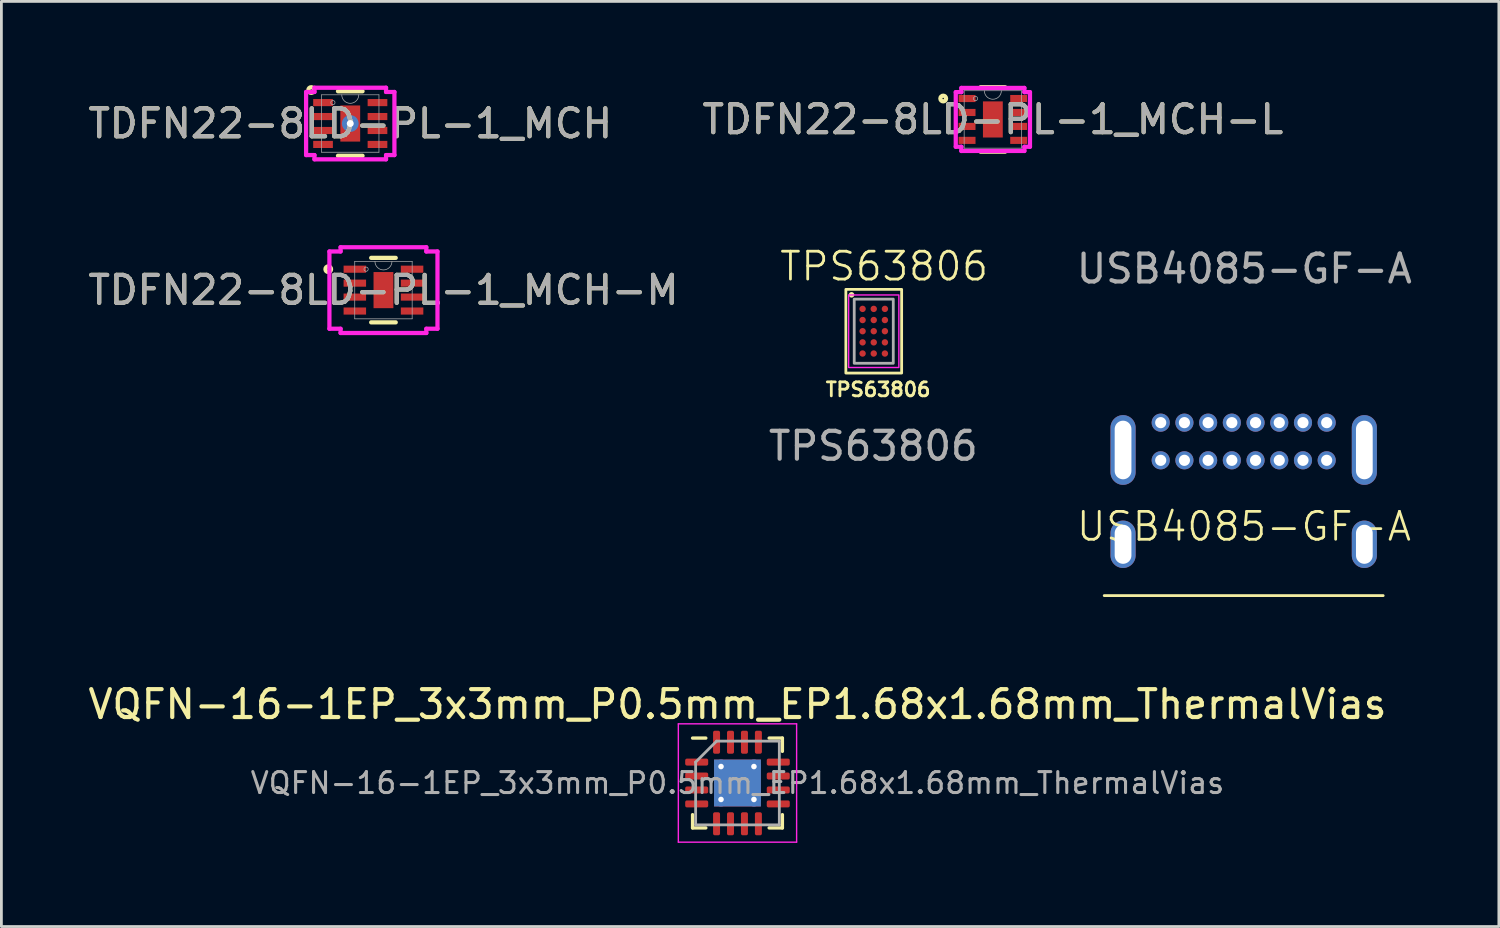
<source format=kicad_pcb>
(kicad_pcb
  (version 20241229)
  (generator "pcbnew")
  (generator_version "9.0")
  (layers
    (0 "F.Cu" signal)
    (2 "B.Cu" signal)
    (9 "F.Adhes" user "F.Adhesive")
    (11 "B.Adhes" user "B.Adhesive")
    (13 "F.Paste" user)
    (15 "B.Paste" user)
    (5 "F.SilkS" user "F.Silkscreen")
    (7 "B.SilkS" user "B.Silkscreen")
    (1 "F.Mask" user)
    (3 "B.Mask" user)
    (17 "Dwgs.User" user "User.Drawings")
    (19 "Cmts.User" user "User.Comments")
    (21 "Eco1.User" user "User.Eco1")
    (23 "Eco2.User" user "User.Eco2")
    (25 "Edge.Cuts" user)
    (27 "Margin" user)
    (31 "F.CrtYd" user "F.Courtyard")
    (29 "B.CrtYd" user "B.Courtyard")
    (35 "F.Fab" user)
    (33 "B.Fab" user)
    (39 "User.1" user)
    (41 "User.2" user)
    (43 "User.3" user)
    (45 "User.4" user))
  (footprint "VQFN-16-1EP_3x3mm_P0.5mm_EP1.68x1.68mm_ThermalVias"
    (layer "F.Cu")
    (at 23.387 25.019)
    (property "Reference" "VQFN-16-1EP_3x3mm_P0.5mm_EP1.68x1.68mm_ThermalVias" (at 0 -2.82 0) (layer "F.SilkS") (effects (font (size 1 1) (thickness 0.15))))
    (attr smd)
    (fp_line (start -1.61 1.61) (end -1.61 1.135) (stroke (width 0.12) (type solid)) (layer "F.SilkS"))
    (fp_line (start -1.135 -1.61) (end -1.61 -1.61) (stroke (width 0.12) (type solid)) (layer "F.SilkS"))
    (fp_line (start -1.135 1.61) (end -1.61 1.61) (stroke (width 0.12) (type solid)) (layer "F.SilkS"))
    (fp_line (start 1.135 -1.61) (end 1.61 -1.61) (stroke (width 0.12) (type solid)) (layer "F.SilkS"))
    (fp_line (start 1.135 1.61) (end 1.61 1.61) (stroke (width 0.12) (type solid)) (layer "F.SilkS"))
    (fp_line (start 1.61 -1.61) (end 1.61 -1.135) (stroke (width 0.12) (type solid)) (layer "F.SilkS"))
    (fp_line (start 1.61 1.61) (end 1.61 1.135) (stroke (width 0.12) (type solid)) (layer "F.SilkS"))
    (fp_line (start -2.12 -2.12) (end -2.12 2.12) (stroke (width 0.05) (type solid)) (layer "F.CrtYd"))
    (fp_line (start -2.12 2.12) (end 2.12 2.12) (stroke (width 0.05) (type solid)) (layer "F.CrtYd"))
    (fp_line (start 2.12 -2.12) (end -2.12 -2.12) (stroke (width 0.05) (type solid)) (layer "F.CrtYd"))
    (fp_line (start 2.12 2.12) (end 2.12 -2.12) (stroke (width 0.05) (type solid)) (layer "F.CrtYd"))
    (fp_line (start -1.5 -0.75) (end -0.75 -1.5) (stroke (width 0.1) (type solid)) (layer "F.Fab"))
    (fp_line (start -1.5 1.5) (end -1.5 -0.75) (stroke (width 0.1) (type solid)) (layer "F.Fab"))
    (fp_line (start -0.75 -1.5) (end 1.5 -1.5) (stroke (width 0.1) (type solid)) (layer "F.Fab"))
    (fp_line (start 1.5 -1.5) (end 1.5 1.5) (stroke (width 0.1) (type solid)) (layer "F.Fab"))
    (fp_line (start 1.5 1.5) (end -1.5 1.5) (stroke (width 0.1) (type solid)) (layer "F.Fab"))
    (fp_text user "${REFERENCE}" (at 0 0 0) (layer "F.Fab") (effects (font (size 0.75 0.75) (thickness 0.11))))
    (pad "" smd roundrect (at -0.42 -0.42) (size 0.73 0.73) (layers "F.Paste") (roundrect_rratio 0.25))
    (pad "" smd roundrect (at -0.42 0.42) (size 0.73 0.73) (layers "F.Paste") (roundrect_rratio 0.25))
    (pad "" smd roundrect (at 0.42 -0.42) (size 0.73 0.73) (layers "F.Paste") (roundrect_rratio 0.25))
    (pad "" smd roundrect (at 0.42 0.42) (size 0.73 0.73) (layers "F.Paste") (roundrect_rratio 0.25))
    (pad "1" smd roundrect (at -1.462 -0.75) (size 0.825 0.25) (layers "F.Cu" "F.Mask" "F.Paste") (roundrect_rratio 0.25))
    (pad "2" smd roundrect (at -1.462 -0.25) (size 0.825 0.25) (layers "F.Cu" "F.Mask" "F.Paste") (roundrect_rratio 0.25))
    (pad "3" smd roundrect (at -1.462 0.25) (size 0.825 0.25) (layers "F.Cu" "F.Mask" "F.Paste") (roundrect_rratio 0.25))
    (pad "4" smd roundrect (at -1.462 0.75) (size 0.825 0.25) (layers "F.Cu" "F.Mask" "F.Paste") (roundrect_rratio 0.25))
    (pad "5" smd roundrect (at -0.75 1.462) (size 0.25 0.825) (layers "F.Cu" "F.Mask" "F.Paste") (roundrect_rratio 0.25))
    (pad "6" smd roundrect (at -0.25 1.462) (size 0.25 0.825) (layers "F.Cu" "F.Mask" "F.Paste") (roundrect_rratio 0.25))
    (pad "7" smd roundrect (at 0.25 1.462) (size 0.25 0.825) (layers "F.Cu" "F.Mask" "F.Paste") (roundrect_rratio 0.25))
    (pad "8" smd roundrect (at 0.75 1.462) (size 0.25 0.825) (layers "F.Cu" "F.Mask" "F.Paste") (roundrect_rratio 0.25))
    (pad "9" smd roundrect (at 1.462 0.75) (size 0.825 0.25) (layers "F.Cu" "F.Mask" "F.Paste") (roundrect_rratio 0.25))
    (pad "10" smd roundrect (at 1.462 0.25) (size 0.825 0.25) (layers "F.Cu" "F.Mask" "F.Paste") (roundrect_rratio 0.25))
    (pad "11" smd roundrect (at 1.462 -0.25) (size 0.825 0.25) (layers "F.Cu" "F.Mask" "F.Paste") (roundrect_rratio 0.25))
    (pad "12" smd roundrect (at 1.462 -0.75) (size 0.825 0.25) (layers "F.Cu" "F.Mask" "F.Paste") (roundrect_rratio 0.25))
    (pad "13" smd roundrect (at 0.75 -1.462) (size 0.25 0.825) (layers "F.Cu" "F.Mask" "F.Paste") (roundrect_rratio 0.25))
    (pad "14" smd roundrect (at 0.25 -1.462) (size 0.25 0.825) (layers "F.Cu" "F.Mask" "F.Paste") (roundrect_rratio 0.25))
    (pad "15" smd roundrect (at -0.25 -1.462) (size 0.25 0.825) (layers "F.Cu" "F.Mask" "F.Paste") (roundrect_rratio 0.25))
    (pad "16" smd roundrect (at -0.75 -1.462) (size 0.25 0.825) (layers "F.Cu" "F.Mask" "F.Paste") (roundrect_rratio 0.25))
    (pad "17" thru_hole circle (at -0.59 -0.59) (size 0.5 0.5) (drill 0.2) (layers "*.Cu"))
    (pad "17" thru_hole circle (at -0.59 0.59) (size 0.5 0.5) (drill 0.2) (layers "*.Cu"))
    (pad "17" smd rect (at 0 0) (size 1.68 1.68) (layers "F.Cu" "F.Mask"))
    (pad "17" smd rect (at 0 0) (size 1.68 1.68) (layers "B.Cu"))
    (pad "17" thru_hole circle (at 0.59 -0.59) (size 0.5 0.5) (drill 0.2) (layers "*.Cu"))
    (pad "17" thru_hole circle (at 0.59 0.59) (size 0.5 0.5) (drill 0.2) (layers "*.Cu")))
  (footprint "USB4085-GF-A"
    (layer "F.Cu")
    (at 41.534 12.101)
    (property "Reference" "USB4085-GF-A" (at 0.011 3.723 0) (unlocked yes) (layer "F.SilkS") (effects (font (size 1 1) (thickness 0.1))))
    (attr through_hole)
    (fp_line (start -5 6.2) (end 5 6.2) (stroke (width 0.1) (type solid)) (layer "F.SilkS"))
    (fp_text user "${REFERENCE}" (at 0.022 -5.516 0) (unlocked yes) (layer "F.Fab") (effects (font (size 1 1) (thickness 0.15))))
    (pad "A1" thru_hole circle (at -2.975 0) (size 0.65 0.65) (drill 0.4) (layers "*.Cu" "*.Mask"))
    (pad "A4" thru_hole circle (at -2.125 0) (size 0.65 0.65) (drill 0.4) (layers "*.Cu" "*.Mask"))
    (pad "A5" thru_hole circle (at -1.275 0) (size 0.65 0.65) (drill 0.4) (layers "*.Cu" "*.Mask"))
    (pad "A6" thru_hole circle (at -0.425 0) (size 0.65 0.65) (drill 0.4) (layers "*.Cu" "*.Mask"))
    (pad "A7" thru_hole circle (at 0.425 0) (size 0.65 0.65) (drill 0.4) (layers "*.Cu" "*.Mask"))
    (pad "A8" thru_hole circle (at 1.275 0) (size 0.65 0.65) (drill 0.4) (layers "*.Cu" "*.Mask"))
    (pad "A9" thru_hole circle (at 2.125 0) (size 0.65 0.65) (drill 0.4) (layers "*.Cu" "*.Mask"))
    (pad "A12" thru_hole circle (at 2.975 0) (size 0.65 0.65) (drill 0.4) (layers "*.Cu" "*.Mask"))
    (pad "B1" thru_hole circle (at 2.975 1.35) (size 0.65 0.65) (drill 0.4) (layers "*.Cu" "*.Mask"))
    (pad "B4" thru_hole circle (at 2.125 1.35) (size 0.65 0.65) (drill 0.4) (layers "*.Cu" "*.Mask"))
    (pad "B5" thru_hole circle (at 1.275 1.35) (size 0.65 0.65) (drill 0.4) (layers "*.Cu" "*.Mask"))
    (pad "B6" thru_hole circle (at 0.425 1.35) (size 0.65 0.65) (drill 0.4) (layers "*.Cu" "*.Mask"))
    (pad "B7" thru_hole circle (at -0.425 1.35) (size 0.65 0.65) (drill 0.4) (layers "*.Cu" "*.Mask"))
    (pad "B8" thru_hole circle (at -1.275 1.35) (size 0.65 0.65) (drill 0.4) (layers "*.Cu" "*.Mask"))
    (pad "B9" thru_hole circle (at -2.125 1.35) (size 0.65 0.65) (drill 0.4) (layers "*.Cu" "*.Mask"))
    (pad "B12" thru_hole circle (at -2.975 1.35) (size 0.65 0.65) (drill 0.4) (layers "*.Cu" "*.Mask"))
    (pad "S1" thru_hole oval (at -4.325 0.98) (size 0.9 2.5) (drill oval 0.6 2.1) (layers "*.Cu" "*.Mask"))
    (pad "S1" thru_hole oval (at -4.325 4.36) (size 0.9 1.7) (drill oval 0.6 1.4) (layers "*.Cu" "*.Mask"))
    (pad "S1" thru_hole oval (at 4.325 0.98) (size 0.9 2.5) (drill oval 0.6 2.1) (layers "*.Cu" "*.Mask"))
    (pad "S1" thru_hole oval (at 4.325 4.36) (size 0.9 1.7) (drill oval 0.6 1.4) (layers "*.Cu" "*.Mask")))
  (footprint "TPS63806"
    (layer "F.Cu")
    (at 28.272 8.823)
    (property "Reference" "TPS63806" (at 0.371 -2.326 0) (unlocked yes) (layer "F.SilkS") (effects (font (size 1 1) (thickness 0.1))))
    (attr smd)
    (fp_rect (start -1 -1.5) (end 1 1.5) (stroke (width 0.1) (type default)) (fill no) (layer "F.SilkS"))
    (fp_circle (center -0.796 -1.304) (end -0.746 -1.304) (stroke (width 0.1) (type solid)) (fill yes) (layer "F.SilkS"))
    (fp_rect (start -0.9 -1.3) (end 0.9 1.3) (stroke (width 0.05) (type default)) (fill no) (layer "F.CrtYd"))
    (fp_rect (start -0.7 -1.15) (end 0.7 1.15) (stroke (width 0.1) (type default)) (fill no) (layer "F.Fab"))
    (fp_text user "TPS63806" (at -1.778 2.383 0) (unlocked yes) (layer "F.SilkS") (effects (font (size 0.5 0.5) (thickness 0.1)) (justify left bottom)))
    (fp_text user "${REFERENCE}" (at -0.016 4.115 0) (unlocked yes) (layer "F.Fab") (effects (font (size 1 1) (thickness 0.15))))
    (pad "A1" smd circle (at -0.4 -0.8) (size 0.23 0.23) (layers "F.Cu" "F.Mask" "F.Paste"))
    (pad "A2" smd circle (at 0 -0.8) (size 0.23 0.23) (layers "F.Cu" "F.Mask" "F.Paste"))
    (pad "A3" smd circle (at 0.4 -0.8) (size 0.23 0.23) (layers "F.Cu" "F.Mask" "F.Paste"))
    (pad "B1" smd circle (at -0.4 -0.4) (size 0.23 0.23) (layers "F.Cu" "F.Mask" "F.Paste"))
    (pad "B2" smd circle (at 0 -0.4) (size 0.23 0.23) (layers "F.Cu" "F.Mask" "F.Paste"))
    (pad "B3" smd circle (at 0.4 -0.4) (size 0.23 0.23) (layers "F.Cu" "F.Mask" "F.Paste"))
    (pad "C1" smd circle (at -0.4 0) (size 0.23 0.23) (layers "F.Cu" "F.Mask" "F.Paste"))
    (pad "C2" smd circle (at 0 0) (size 0.23 0.23) (layers "F.Cu" "F.Mask" "F.Paste"))
    (pad "C3" smd circle (at 0.4 0) (size 0.23 0.23) (layers "F.Cu" "F.Mask" "F.Paste"))
    (pad "D1" smd circle (at -0.4 0.4) (size 0.23 0.23) (layers "F.Cu" "F.Mask" "F.Paste"))
    (pad "D2" smd circle (at 0 0.4) (size 0.23 0.23) (layers "F.Cu" "F.Mask" "F.Paste"))
    (pad "D3" smd circle (at 0.4 0.4) (size 0.23 0.23) (layers "F.Cu" "F.Mask" "F.Paste"))
    (pad "E1" smd circle (at -0.4 0.8) (size 0.23 0.23) (layers "F.Cu" "F.Mask" "F.Paste"))
    (pad "E2" smd circle (at 0 0.8) (size 0.23 0.23) (layers "F.Cu" "F.Mask" "F.Paste"))
    (pad "E3" smd circle (at 0.4 0.8) (size 0.23 0.23) (layers "F.Cu" "F.Mask" "F.Paste")))
  (footprint "TDFN22-8LD-PL-1_MCH-L"
    (layer "F.Cu")
    (at 32.542 1.232)
    (property "Reference" "TDFN22-8LD-PL-1_MCH-L" (at 0 0 0) (unlocked yes) (layer "F.SilkS") (effects (font (size 1 1) (thickness 0.15))))
    (attr smd)
    (fp_line (start -0.44 1.156) (end 0.44 1.156) (stroke (width 0.152) (type solid)) (layer "F.SilkS"))
    (fp_line (start 0.44 -1.156) (end -0.44 -1.156) (stroke (width 0.152) (type solid)) (layer "F.SilkS"))
    (fp_circle (center -1.78 -0.75) (end -1.678 -0.75) (stroke (width 0.152) (type solid)) (fill no) (layer "F.SilkS"))
    (fp_line (start -1.33 -0.979) (end -1.13 -0.979) (stroke (width 0.152) (type solid)) (layer "F.CrtYd"))
    (fp_line (start -1.33 0.979) (end -1.33 -0.979) (stroke (width 0.152) (type solid)) (layer "F.CrtYd"))
    (fp_line (start -1.33 0.979) (end -1.13 0.979) (stroke (width 0.152) (type solid)) (layer "F.CrtYd"))
    (fp_line (start -1.13 -1.13) (end 1.13 -1.13) (stroke (width 0.152) (type solid)) (layer "F.CrtYd"))
    (fp_line (start -1.13 -0.979) (end -1.13 -1.13) (stroke (width 0.152) (type solid)) (layer "F.CrtYd"))
    (fp_line (start -1.13 1.13) (end -1.13 0.979) (stroke (width 0.152) (type solid)) (layer "F.CrtYd"))
    (fp_line (start 1.13 -1.13) (end 1.13 -0.979) (stroke (width 0.152) (type solid)) (layer "F.CrtYd"))
    (fp_line (start 1.13 0.979) (end 1.13 1.13) (stroke (width 0.152) (type solid)) (layer "F.CrtYd"))
    (fp_line (start 1.13 1.13) (end -1.13 1.13) (stroke (width 0.152) (type solid)) (layer "F.CrtYd"))
    (fp_line (start 1.33 -0.979) (end 1.13 -0.979) (stroke (width 0.152) (type solid)) (layer "F.CrtYd"))
    (fp_line (start 1.33 -0.979) (end 1.33 0.979) (stroke (width 0.152) (type solid)) (layer "F.CrtYd"))
    (fp_line (start 1.33 0.979) (end 1.13 0.979) (stroke (width 0.152) (type solid)) (layer "F.CrtYd"))
    (fp_line (start -1.029 -1.029) (end -1.029 1.029) (stroke (width 0.025) (type solid)) (layer "F.Fab"))
    (fp_line (start -1.029 1.029) (end 1.029 1.029) (stroke (width 0.025) (type solid)) (layer "F.Fab"))
    (fp_line (start 1.029 -1.029) (end -1.029 -1.029) (stroke (width 0.025) (type solid)) (layer "F.Fab"))
    (fp_line (start 1.029 1.029) (end 1.029 -1.029) (stroke (width 0.025) (type solid)) (layer "F.Fab"))
    (fp_arc (start 0.3048 -1.0287) (mid 0 -0.7239) (end -0.3048 -1.0287) (stroke (width 0.0254) (type solid)) (layer "F.Fab"))
    (fp_circle (center -0.622 -0.75) (end -0.546 -0.75) (stroke (width 0.025) (type solid)) (fill no) (layer "F.Fab"))
    (fp_text user "${REFERENCE}" (at 0 0 0) (unlocked yes) (layer "F.Fab") (effects (font (size 1 1) (thickness 0.15))))
    (pad "1" smd rect (at -0.925 -0.75) (size 0.606 0.255) (layers "F.Cu" "F.Mask" "F.Paste"))
    (pad "2" smd rect (at -0.925 -0.25) (size 0.606 0.255) (layers "F.Cu" "F.Mask" "F.Paste"))
    (pad "3" smd rect (at -0.925 0.25) (size 0.606 0.255) (layers "F.Cu" "F.Mask" "F.Paste"))
    (pad "4" smd rect (at -0.925 0.75) (size 0.606 0.255) (layers "F.Cu" "F.Mask" "F.Paste"))
    (pad "5" smd rect (at 0.925 0.75) (size 0.606 0.255) (layers "F.Cu" "F.Mask" "F.Paste"))
    (pad "6" smd rect (at 0.925 0.25) (size 0.606 0.255) (layers "F.Cu" "F.Mask" "F.Paste"))
    (pad "7" smd rect (at 0.925 -0.25) (size 0.606 0.255) (layers "F.Cu" "F.Mask" "F.Paste"))
    (pad "8" smd rect (at 0.925 -0.75) (size 0.606 0.255) (layers "F.Cu" "F.Mask" "F.Paste"))
    (pad "9" smd rect (at 0 0) (size 0.711 1.295) (layers "F.Cu" "F.Mask" "F.Paste")))
  (footprint "TDFN22-8LD-PL-1_MCH"
    (layer "F.Cu")
    (at 9.506 1.378)
    (property "Reference" "TDFN22-8LD-PL-1_MCH" (at 0 0 0) (unlocked yes) (layer "F.SilkS") (effects (font (size 1 1) (thickness 0.15))))
    (attr smd)
    (fp_line (start -0.44 1.156) (end 0.44 1.156) (stroke (width 0.152) (type solid)) (layer "F.SilkS"))
    (fp_line (start 0.44 -1.156) (end -0.44 -1.156) (stroke (width 0.152) (type solid)) (layer "F.SilkS"))
    (fp_circle (center -1.4 -1.2) (end -1.298 -1.2) (stroke (width 0.152) (type solid)) (fill no) (layer "F.SilkS"))
    (fp_line (start -1.583 -1.131) (end -1.283 -1.131) (stroke (width 0.152) (type solid)) (layer "F.CrtYd"))
    (fp_line (start -1.583 1.131) (end -1.583 -1.131) (stroke (width 0.152) (type solid)) (layer "F.CrtYd"))
    (fp_line (start -1.583 1.131) (end -1.283 1.131) (stroke (width 0.152) (type solid)) (layer "F.CrtYd"))
    (fp_line (start -1.283 -1.283) (end 1.283 -1.283) (stroke (width 0.152) (type solid)) (layer "F.CrtYd"))
    (fp_line (start -1.283 -1.131) (end -1.283 -1.283) (stroke (width 0.152) (type solid)) (layer "F.CrtYd"))
    (fp_line (start -1.283 1.283) (end -1.283 1.131) (stroke (width 0.152) (type solid)) (layer "F.CrtYd"))
    (fp_line (start 1.283 -1.283) (end 1.283 -1.131) (stroke (width 0.152) (type solid)) (layer "F.CrtYd"))
    (fp_line (start 1.283 1.131) (end 1.283 1.283) (stroke (width 0.152) (type solid)) (layer "F.CrtYd"))
    (fp_line (start 1.283 1.283) (end -1.283 1.283) (stroke (width 0.152) (type solid)) (layer "F.CrtYd"))
    (fp_line (start 1.583 -1.131) (end 1.283 -1.131) (stroke (width 0.152) (type solid)) (layer "F.CrtYd"))
    (fp_line (start 1.583 -1.131) (end 1.583 1.131) (stroke (width 0.152) (type solid)) (layer "F.CrtYd"))
    (fp_line (start 1.583 1.131) (end 1.283 1.131) (stroke (width 0.152) (type solid)) (layer "F.CrtYd"))
    (fp_line (start -1.029 -1.029) (end -1.029 1.029) (stroke (width 0.025) (type solid)) (layer "F.Fab"))
    (fp_line (start -1.029 1.029) (end 1.029 1.029) (stroke (width 0.025) (type solid)) (layer "F.Fab"))
    (fp_line (start 1.029 -1.029) (end -1.029 -1.029) (stroke (width 0.025) (type solid)) (layer "F.Fab"))
    (fp_line (start 1.029 1.029) (end 1.029 -1.029) (stroke (width 0.025) (type solid)) (layer "F.Fab"))
    (fp_arc (start 0.3048 -1.0287) (mid 0 -0.7239) (end -0.3048 -1.0287) (stroke (width 0.0254) (type solid)) (layer "F.Fab"))
    (fp_circle (center -0.622 -0.75) (end -0.546 -0.75) (stroke (width 0.025) (type solid)) (fill no) (layer "F.Fab"))
    (fp_text user "${REFERENCE}" (at 0 0 0) (unlocked yes) (layer "F.Fab") (effects (font (size 1 1) (thickness 0.15))))
    (pad "1" smd rect (at -0.976 -0.75) (size 0.706 0.255) (layers "F.Cu" "F.Mask" "F.Paste"))
    (pad "2" smd rect (at -0.976 -0.25) (size 0.706 0.255) (layers "F.Cu" "F.Mask" "F.Paste"))
    (pad "3" smd rect (at -0.976 0.25) (size 0.706 0.255) (layers "F.Cu" "F.Mask" "F.Paste"))
    (pad "4" smd rect (at -0.976 0.75) (size 0.706 0.255) (layers "F.Cu" "F.Mask" "F.Paste"))
    (pad "5" smd rect (at 0.976 0.75) (size 0.706 0.255) (layers "F.Cu" "F.Mask" "F.Paste"))
    (pad "6" smd rect (at 0.976 0.25) (size 0.706 0.255) (layers "F.Cu" "F.Mask" "F.Paste"))
    (pad "7" smd rect (at 0.976 -0.25) (size 0.706 0.255) (layers "F.Cu" "F.Mask" "F.Paste"))
    (pad "8" smd rect (at 0.976 -0.75) (size 0.706 0.255) (layers "F.Cu" "F.Mask" "F.Paste"))
    (pad "9" thru_hole circle (at 0 0) (size 0.6 0.6) (drill 0.25) (layers "*.Cu" "*.Mask"))
    (pad "9" smd rect (at 0 0) (size 0.711 1.295) (layers "F.Cu" "F.Mask" "F.Paste")))
  (footprint "TDFN22-8LD-PL-1_MCH-M"
    (layer "F.Cu")
    (at 10.696 7.35)
    (property "Reference" "TDFN22-8LD-PL-1_MCH-M" (at 0 0 0) (unlocked yes) (layer "F.SilkS") (effects (font (size 1 1) (thickness 0.15))))
    (attr smd)
    (fp_line (start -0.44 1.156) (end 0.44 1.156) (stroke (width 0.152) (type solid)) (layer "F.SilkS"))
    (fp_line (start 0.44 -1.156) (end -0.44 -1.156) (stroke (width 0.152) (type solid)) (layer "F.SilkS"))
    (fp_circle (center -1.979 -0.75) (end -1.878 -0.75) (stroke (width 0.152) (type solid)) (fill no) (layer "F.SilkS"))
    (fp_line (start -1.937 -1.385) (end -1.537 -1.385) (stroke (width 0.152) (type solid)) (layer "F.CrtYd"))
    (fp_line (start -1.937 1.385) (end -1.937 -1.385) (stroke (width 0.152) (type solid)) (layer "F.CrtYd"))
    (fp_line (start -1.937 1.385) (end -1.537 1.385) (stroke (width 0.152) (type solid)) (layer "F.CrtYd"))
    (fp_line (start -1.537 -1.537) (end 1.537 -1.537) (stroke (width 0.152) (type solid)) (layer "F.CrtYd"))
    (fp_line (start -1.537 -1.385) (end -1.537 -1.537) (stroke (width 0.152) (type solid)) (layer "F.CrtYd"))
    (fp_line (start -1.537 1.537) (end -1.537 1.385) (stroke (width 0.152) (type solid)) (layer "F.CrtYd"))
    (fp_line (start 1.537 -1.537) (end 1.537 -1.385) (stroke (width 0.152) (type solid)) (layer "F.CrtYd"))
    (fp_line (start 1.537 1.385) (end 1.537 1.537) (stroke (width 0.152) (type solid)) (layer "F.CrtYd"))
    (fp_line (start 1.537 1.537) (end -1.537 1.537) (stroke (width 0.152) (type solid)) (layer "F.CrtYd"))
    (fp_line (start 1.937 -1.385) (end 1.537 -1.385) (stroke (width 0.152) (type solid)) (layer "F.CrtYd"))
    (fp_line (start 1.937 -1.385) (end 1.937 1.385) (stroke (width 0.152) (type solid)) (layer "F.CrtYd"))
    (fp_line (start 1.937 1.385) (end 1.537 1.385) (stroke (width 0.152) (type solid)) (layer "F.CrtYd"))
    (fp_line (start -1.029 -1.029) (end -1.029 1.029) (stroke (width 0.025) (type solid)) (layer "F.Fab"))
    (fp_line (start -1.029 1.029) (end 1.029 1.029) (stroke (width 0.025) (type solid)) (layer "F.Fab"))
    (fp_line (start 1.029 -1.029) (end -1.029 -1.029) (stroke (width 0.025) (type solid)) (layer "F.Fab"))
    (fp_line (start 1.029 1.029) (end 1.029 -1.029) (stroke (width 0.025) (type solid)) (layer "F.Fab"))
    (fp_arc (start 0.3048 -1.0287) (mid 0 -0.7239) (end -0.3048 -1.0287) (stroke (width 0.0254) (type solid)) (layer "F.Fab"))
    (fp_circle (center -0.622 -0.75) (end -0.546 -0.75) (stroke (width 0.025) (type solid)) (fill no) (layer "F.Fab"))
    (fp_text user "${REFERENCE}" (at 0 0 0) (unlocked yes) (layer "F.Fab") (effects (font (size 1 1) (thickness 0.15))))
    (pad "1" smd rect (at -1.026 -0.75) (size 0.806 0.255) (layers "F.Cu" "F.Mask" "F.Paste"))
    (pad "2" smd rect (at -1.026 -0.25) (size 0.806 0.255) (layers "F.Cu" "F.Mask" "F.Paste"))
    (pad "3" smd rect (at -1.026 0.25) (size 0.806 0.255) (layers "F.Cu" "F.Mask" "F.Paste"))
    (pad "4" smd rect (at -1.026 0.75) (size 0.806 0.255) (layers "F.Cu" "F.Mask" "F.Paste"))
    (pad "5" smd rect (at 1.026 0.75) (size 0.806 0.255) (layers "F.Cu" "F.Mask" "F.Paste"))
    (pad "6" smd rect (at 1.026 0.25) (size 0.806 0.255) (layers "F.Cu" "F.Mask" "F.Paste"))
    (pad "7" smd rect (at 1.026 -0.25) (size 0.806 0.255) (layers "F.Cu" "F.Mask" "F.Paste"))
    (pad "8" smd rect (at 1.026 -0.75) (size 0.806 0.255) (layers "F.Cu" "F.Mask" "F.Paste"))
    (pad "9" smd rect (at 0 0) (size 0.711 1.295) (layers "F.Cu" "F.Mask" "F.Paste")))
  (gr_rect
    (start -3 -3)
    (end 50.681 30.164)
    (stroke (width 0.1) (type default))
    (fill no)
    (layer "Edge.Cuts")))
</source>
